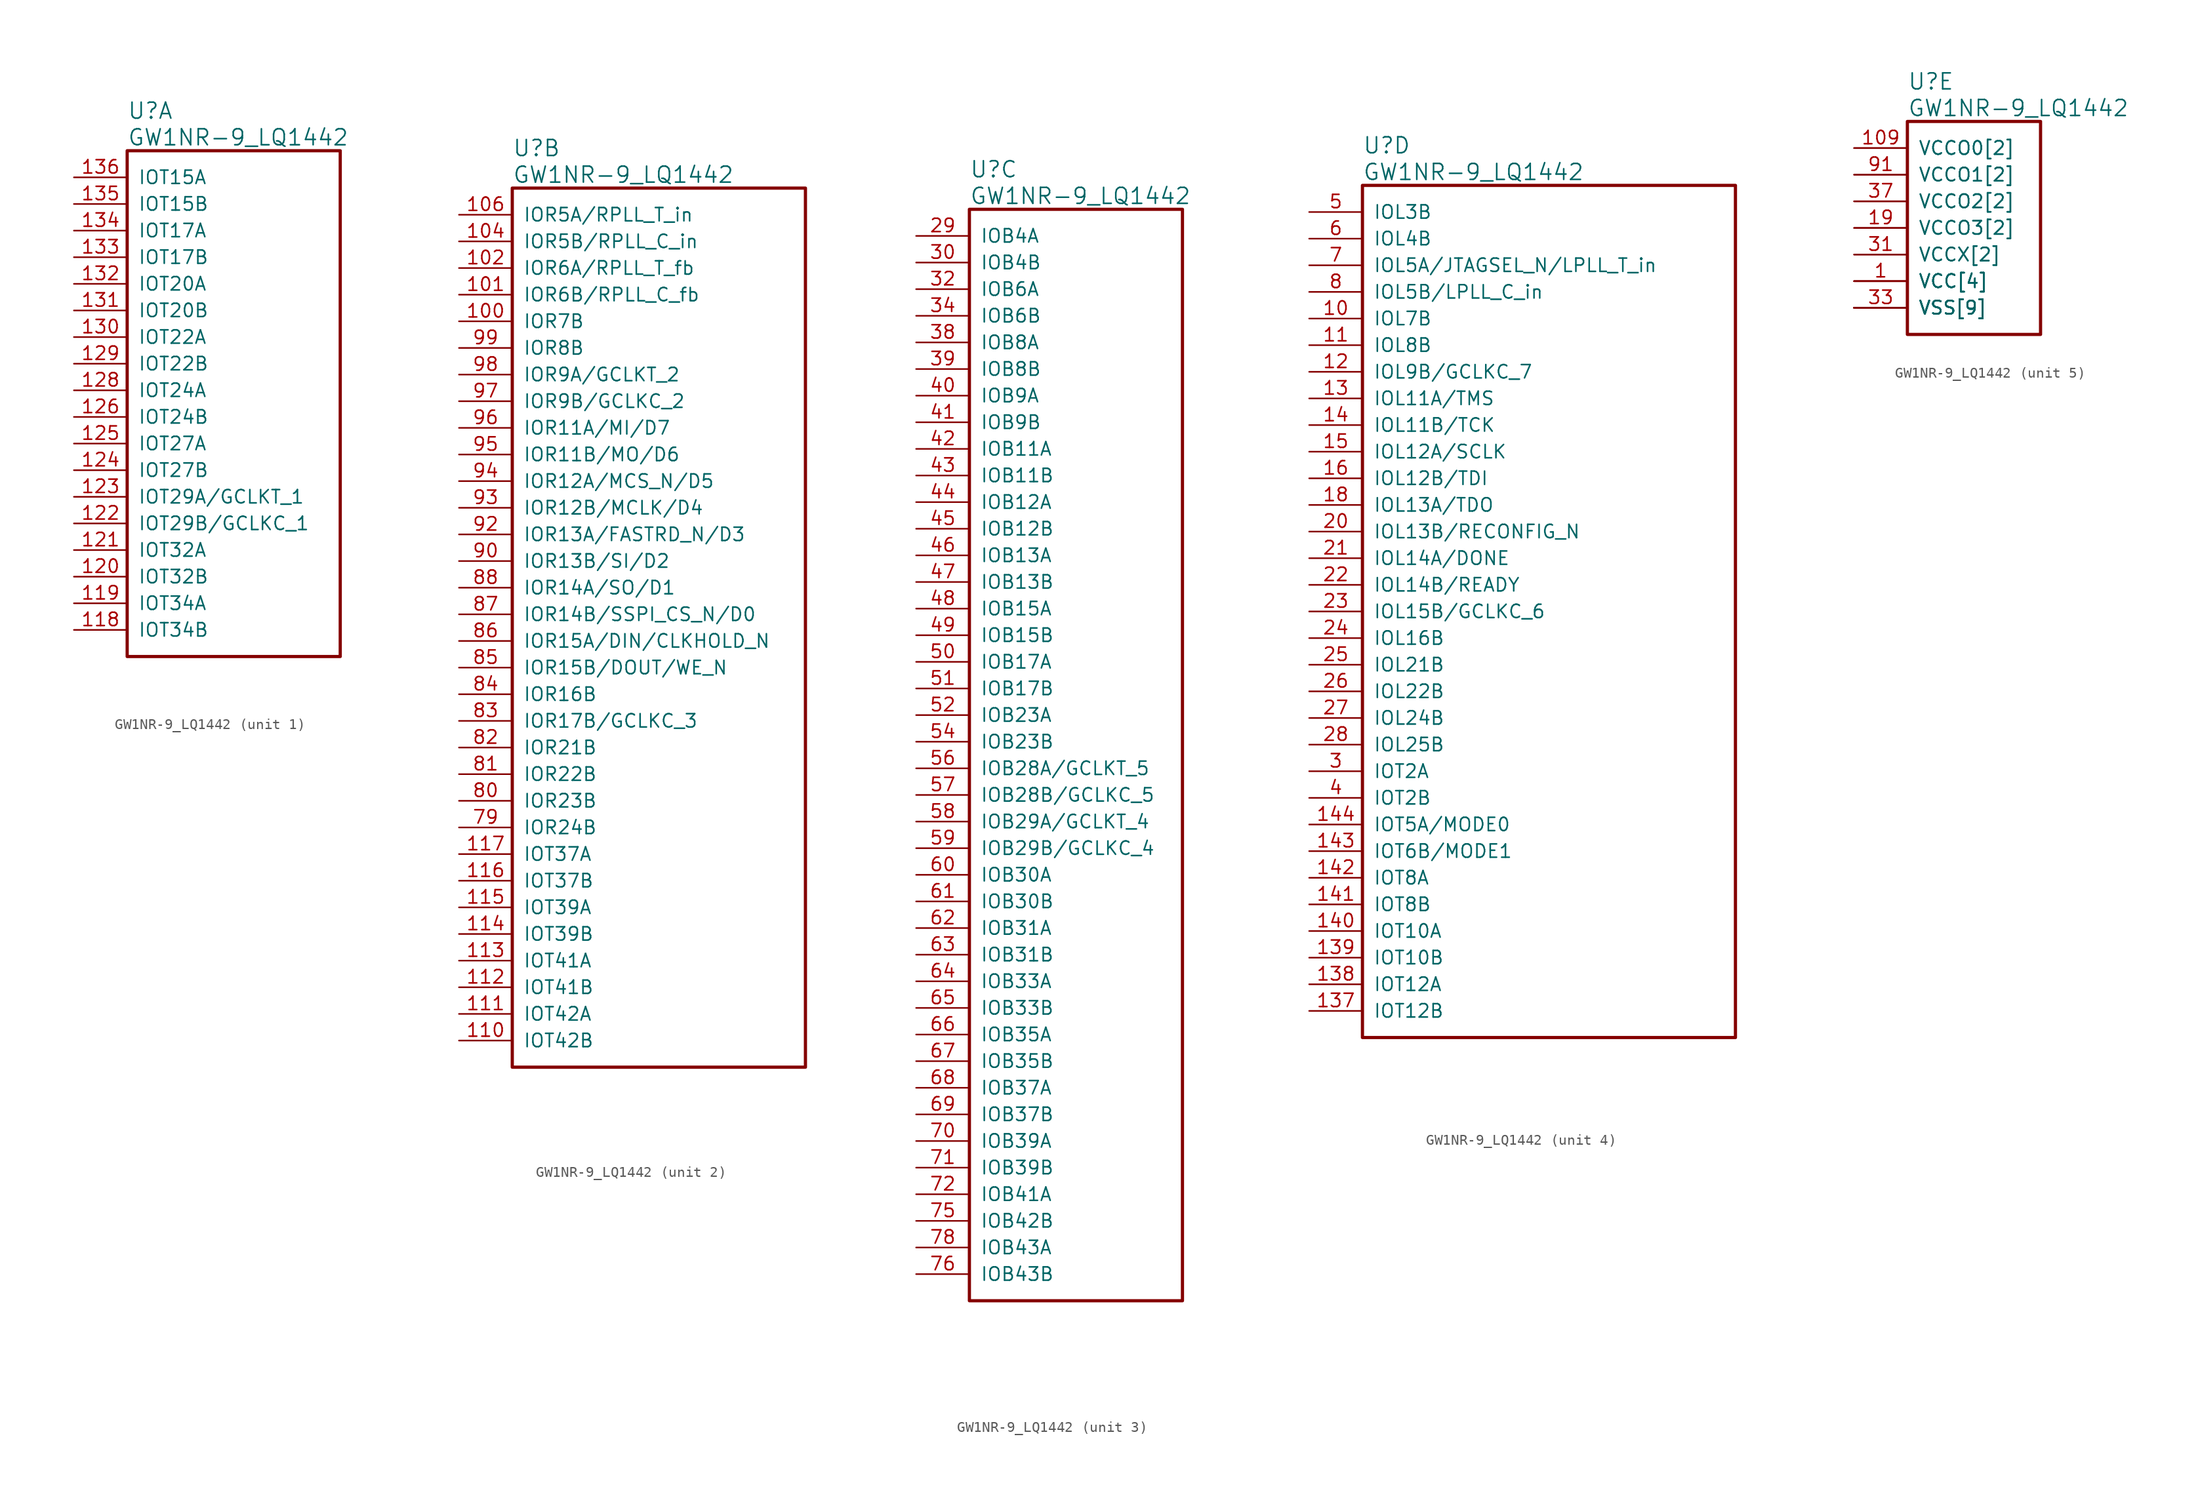
<source format=kicad_sym>
(kicad_symbol_lib
  (version 20220914)
  (generator kicad_symbol_editor)
  (symbol "GW1NR-9_LQ1442"
    (pin_names
      (offset 1.016))
    (property "Reference" "U"
      (at 5.08 6.35 0)
      (effects (font (size 1.524 1.524)) (justify left)))
    (property "Value" "GW1NR-9_LQ1442"
      (at 5.08 3.81 0)
      (effects (font (size 1.524 1.524)) (justify left)))
    (property "ki_locked" ""
      (at 0 0 0)
      (effects (font (size 1.27 1.27))))
    (symbol "GW1NR-9_LQ1442_1_1"
      (rectangle (start 5.08 2.54) (end 25.4 -45.72) (stroke (width 0.305) (type solid)) (fill (type none)))
      (pin bidirectional line (at 0 -43.18 0) (length 5.08) (name "IOT34B" (effects (font (size 1.27 1.27)))) (number "118" (effects (font (size 1.27 1.27)))))
      (pin bidirectional line (at 0 -40.64 0) (length 5.08) (name "IOT34A" (effects (font (size 1.27 1.27)))) (number "119" (effects (font (size 1.27 1.27)))))
      (pin bidirectional line (at 0 -38.1 0) (length 5.08) (name "IOT32B" (effects (font (size 1.27 1.27)))) (number "120" (effects (font (size 1.27 1.27)))))
      (pin bidirectional line (at 0 -35.56 0) (length 5.08) (name "IOT32A" (effects (font (size 1.27 1.27)))) (number "121" (effects (font (size 1.27 1.27)))))
      (pin bidirectional line (at 0 -33.02 0) (length 5.08) (name "IOT29B/GCLKC_1" (effects (font (size 1.27 1.27)))) (number "122" (effects (font (size 1.27 1.27)))))
      (pin bidirectional line (at 0 -30.48 0) (length 5.08) (name "IOT29A/GCLKT_1" (effects (font (size 1.27 1.27)))) (number "123" (effects (font (size 1.27 1.27)))))
      (pin bidirectional line (at 0 -27.94 0) (length 5.08) (name "IOT27B" (effects (font (size 1.27 1.27)))) (number "124" (effects (font (size 1.27 1.27)))))
      (pin bidirectional line (at 0 -25.4 0) (length 5.08) (name "IOT27A" (effects (font (size 1.27 1.27)))) (number "125" (effects (font (size 1.27 1.27)))))
      (pin bidirectional line (at 0 -22.86 0) (length 5.08) (name "IOT24B" (effects (font (size 1.27 1.27)))) (number "126" (effects (font (size 1.27 1.27)))))
      (pin bidirectional line (at 0 -20.32 0) (length 5.08) (name "IOT24A" (effects (font (size 1.27 1.27)))) (number "128" (effects (font (size 1.27 1.27)))))
      (pin bidirectional line (at 0 -17.78 0) (length 5.08) (name "IOT22B" (effects (font (size 1.27 1.27)))) (number "129" (effects (font (size 1.27 1.27)))))
      (pin bidirectional line (at 0 -15.24 0) (length 5.08) (name "IOT22A" (effects (font (size 1.27 1.27)))) (number "130" (effects (font (size 1.27 1.27)))))
      (pin bidirectional line (at 0 -12.7 0) (length 5.08) (name "IOT20B" (effects (font (size 1.27 1.27)))) (number "131" (effects (font (size 1.27 1.27)))))
      (pin bidirectional line (at 0 -10.16 0) (length 5.08) (name "IOT20A" (effects (font (size 1.27 1.27)))) (number "132" (effects (font (size 1.27 1.27)))))
      (pin bidirectional line (at 0 -7.62 0) (length 5.08) (name "IOT17B" (effects (font (size 1.27 1.27)))) (number "133" (effects (font (size 1.27 1.27)))))
      (pin bidirectional line (at 0 -5.08 0) (length 5.08) (name "IOT17A" (effects (font (size 1.27 1.27)))) (number "134" (effects (font (size 1.27 1.27)))))
      (pin bidirectional line (at 0 -2.54 0) (length 5.08) (name "IOT15B" (effects (font (size 1.27 1.27)))) (number "135" (effects (font (size 1.27 1.27)))))
      (pin bidirectional line (at 0 0 0) (length 5.08) (name "IOT15A" (effects (font (size 1.27 1.27)))) (number "136" (effects (font (size 1.27 1.27))))))
    (symbol "GW1NR-9_LQ1442_2_1"
      (rectangle (start 5.08 2.54) (end 33.02 -81.28) (stroke (width 0.305) (type solid)) (fill (type none)))
      (pin bidirectional line (at 0 -10.16 0) (length 5.08) (name "IOR7B" (effects (font (size 1.27 1.27)))) (number "100" (effects (font (size 1.27 1.27)))))
      (pin bidirectional line (at 0 -7.62 0) (length 5.08) (name "IOR6B/RPLL_C_fb" (effects (font (size 1.27 1.27)))) (number "101" (effects (font (size 1.27 1.27)))))
      (pin bidirectional line (at 0 -5.08 0) (length 5.08) (name "IOR6A/RPLL_T_fb" (effects (font (size 1.27 1.27)))) (number "102" (effects (font (size 1.27 1.27)))))
      (pin bidirectional line (at 0 -2.54 0) (length 5.08) (name "IOR5B/RPLL_C_in" (effects (font (size 1.27 1.27)))) (number "104" (effects (font (size 1.27 1.27)))))
      (pin bidirectional line (at 0 0 0) (length 5.08) (name "IOR5A/RPLL_T_in" (effects (font (size 1.27 1.27)))) (number "106" (effects (font (size 1.27 1.27)))))
      (pin bidirectional line (at 0 -78.74 0) (length 5.08) (name "IOT42B" (effects (font (size 1.27 1.27)))) (number "110" (effects (font (size 1.27 1.27)))))
      (pin bidirectional line (at 0 -76.2 0) (length 5.08) (name "IOT42A" (effects (font (size 1.27 1.27)))) (number "111" (effects (font (size 1.27 1.27)))))
      (pin bidirectional line (at 0 -73.66 0) (length 5.08) (name "IOT41B" (effects (font (size 1.27 1.27)))) (number "112" (effects (font (size 1.27 1.27)))))
      (pin bidirectional line (at 0 -71.12 0) (length 5.08) (name "IOT41A" (effects (font (size 1.27 1.27)))) (number "113" (effects (font (size 1.27 1.27)))))
      (pin bidirectional line (at 0 -68.58 0) (length 5.08) (name "IOT39B" (effects (font (size 1.27 1.27)))) (number "114" (effects (font (size 1.27 1.27)))))
      (pin bidirectional line (at 0 -66.04 0) (length 5.08) (name "IOT39A" (effects (font (size 1.27 1.27)))) (number "115" (effects (font (size 1.27 1.27)))))
      (pin bidirectional line (at 0 -63.5 0) (length 5.08) (name "IOT37B" (effects (font (size 1.27 1.27)))) (number "116" (effects (font (size 1.27 1.27)))))
      (pin bidirectional line (at 0 -60.96 0) (length 5.08) (name "IOT37A" (effects (font (size 1.27 1.27)))) (number "117" (effects (font (size 1.27 1.27)))))
      (pin bidirectional line (at 0 -58.42 0) (length 5.08) (name "IOR24B" (effects (font (size 1.27 1.27)))) (number "79" (effects (font (size 1.27 1.27)))))
      (pin bidirectional line (at 0 -55.88 0) (length 5.08) (name "IOR23B" (effects (font (size 1.27 1.27)))) (number "80" (effects (font (size 1.27 1.27)))))
      (pin bidirectional line (at 0 -53.34 0) (length 5.08) (name "IOR22B" (effects (font (size 1.27 1.27)))) (number "81" (effects (font (size 1.27 1.27)))))
      (pin bidirectional line (at 0 -50.8 0) (length 5.08) (name "IOR21B" (effects (font (size 1.27 1.27)))) (number "82" (effects (font (size 1.27 1.27)))))
      (pin bidirectional line (at 0 -48.26 0) (length 5.08) (name "IOR17B/GCLKC_3" (effects (font (size 1.27 1.27)))) (number "83" (effects (font (size 1.27 1.27)))))
      (pin bidirectional line (at 0 -45.72 0) (length 5.08) (name "IOR16B" (effects (font (size 1.27 1.27)))) (number "84" (effects (font (size 1.27 1.27)))))
      (pin bidirectional line (at 0 -43.18 0) (length 5.08) (name "IOR15B/DOUT/WE_N" (effects (font (size 1.27 1.27)))) (number "85" (effects (font (size 1.27 1.27)))))
      (pin bidirectional line (at 0 -40.64 0) (length 5.08) (name "IOR15A/DIN/CLKHOLD_N" (effects (font (size 1.27 1.27)))) (number "86" (effects (font (size 1.27 1.27)))))
      (pin bidirectional line (at 0 -38.1 0) (length 5.08) (name "IOR14B/SSPI_CS_N/D0" (effects (font (size 1.27 1.27)))) (number "87" (effects (font (size 1.27 1.27)))))
      (pin bidirectional line (at 0 -35.56 0) (length 5.08) (name "IOR14A/SO/D1" (effects (font (size 1.27 1.27)))) (number "88" (effects (font (size 1.27 1.27)))))
      (pin bidirectional line (at 0 -33.02 0) (length 5.08) (name "IOR13B/SI/D2" (effects (font (size 1.27 1.27)))) (number "90" (effects (font (size 1.27 1.27)))))
      (pin bidirectional line (at 0 -30.48 0) (length 5.08) (name "IOR13A/FASTRD_N/D3" (effects (font (size 1.27 1.27)))) (number "92" (effects (font (size 1.27 1.27)))))
      (pin bidirectional line (at 0 -27.94 0) (length 5.08) (name "IOR12B/MCLK/D4" (effects (font (size 1.27 1.27)))) (number "93" (effects (font (size 1.27 1.27)))))
      (pin bidirectional line (at 0 -25.4 0) (length 5.08) (name "IOR12A/MCS_N/D5" (effects (font (size 1.27 1.27)))) (number "94" (effects (font (size 1.27 1.27)))))
      (pin bidirectional line (at 0 -22.86 0) (length 5.08) (name "IOR11B/MO/D6" (effects (font (size 1.27 1.27)))) (number "95" (effects (font (size 1.27 1.27)))))
      (pin bidirectional line (at 0 -20.32 0) (length 5.08) (name "IOR11A/MI/D7" (effects (font (size 1.27 1.27)))) (number "96" (effects (font (size 1.27 1.27)))))
      (pin bidirectional line (at 0 -17.78 0) (length 5.08) (name "IOR9B/GCLKC_2" (effects (font (size 1.27 1.27)))) (number "97" (effects (font (size 1.27 1.27)))))
      (pin bidirectional line (at 0 -15.24 0) (length 5.08) (name "IOR9A/GCLKT_2" (effects (font (size 1.27 1.27)))) (number "98" (effects (font (size 1.27 1.27)))))
      (pin bidirectional line (at 0 -12.7 0) (length 5.08) (name "IOR8B" (effects (font (size 1.27 1.27)))) (number "99" (effects (font (size 1.27 1.27))))))
    (symbol "GW1NR-9_LQ1442_3_1"
      (rectangle (start 5.08 2.54) (end 25.4 -101.6) (stroke (width 0.305) (type solid)) (fill (type none)))
      (pin bidirectional line (at 0 0 0) (length 5.08) (name "IOB4A" (effects (font (size 1.27 1.27)))) (number "29" (effects (font (size 1.27 1.27)))))
      (pin bidirectional line (at 0 -2.54 0) (length 5.08) (name "IOB4B" (effects (font (size 1.27 1.27)))) (number "30" (effects (font (size 1.27 1.27)))))
      (pin bidirectional line (at 0 -5.08 0) (length 5.08) (name "IOB6A" (effects (font (size 1.27 1.27)))) (number "32" (effects (font (size 1.27 1.27)))))
      (pin bidirectional line (at 0 -7.62 0) (length 5.08) (name "IOB6B" (effects (font (size 1.27 1.27)))) (number "34" (effects (font (size 1.27 1.27)))))
      (pin bidirectional line (at 0 -10.16 0) (length 5.08) (name "IOB8A" (effects (font (size 1.27 1.27)))) (number "38" (effects (font (size 1.27 1.27)))))
      (pin bidirectional line (at 0 -12.7 0) (length 5.08) (name "IOB8B" (effects (font (size 1.27 1.27)))) (number "39" (effects (font (size 1.27 1.27)))))
      (pin bidirectional line (at 0 -15.24 0) (length 5.08) (name "IOB9A" (effects (font (size 1.27 1.27)))) (number "40" (effects (font (size 1.27 1.27)))))
      (pin bidirectional line (at 0 -17.78 0) (length 5.08) (name "IOB9B" (effects (font (size 1.27 1.27)))) (number "41" (effects (font (size 1.27 1.27)))))
      (pin bidirectional line (at 0 -20.32 0) (length 5.08) (name "IOB11A" (effects (font (size 1.27 1.27)))) (number "42" (effects (font (size 1.27 1.27)))))
      (pin bidirectional line (at 0 -22.86 0) (length 5.08) (name "IOB11B" (effects (font (size 1.27 1.27)))) (number "43" (effects (font (size 1.27 1.27)))))
      (pin bidirectional line (at 0 -25.4 0) (length 5.08) (name "IOB12A" (effects (font (size 1.27 1.27)))) (number "44" (effects (font (size 1.27 1.27)))))
      (pin bidirectional line (at 0 -27.94 0) (length 5.08) (name "IOB12B" (effects (font (size 1.27 1.27)))) (number "45" (effects (font (size 1.27 1.27)))))
      (pin bidirectional line (at 0 -30.48 0) (length 5.08) (name "IOB13A" (effects (font (size 1.27 1.27)))) (number "46" (effects (font (size 1.27 1.27)))))
      (pin bidirectional line (at 0 -33.02 0) (length 5.08) (name "IOB13B" (effects (font (size 1.27 1.27)))) (number "47" (effects (font (size 1.27 1.27)))))
      (pin bidirectional line (at 0 -35.56 0) (length 5.08) (name "IOB15A" (effects (font (size 1.27 1.27)))) (number "48" (effects (font (size 1.27 1.27)))))
      (pin bidirectional line (at 0 -38.1 0) (length 5.08) (name "IOB15B" (effects (font (size 1.27 1.27)))) (number "49" (effects (font (size 1.27 1.27)))))
      (pin bidirectional line (at 0 -40.64 0) (length 5.08) (name "IOB17A" (effects (font (size 1.27 1.27)))) (number "50" (effects (font (size 1.27 1.27)))))
      (pin bidirectional line (at 0 -43.18 0) (length 5.08) (name "IOB17B" (effects (font (size 1.27 1.27)))) (number "51" (effects (font (size 1.27 1.27)))))
      (pin bidirectional line (at 0 -45.72 0) (length 5.08) (name "IOB23A" (effects (font (size 1.27 1.27)))) (number "52" (effects (font (size 1.27 1.27)))))
      (pin bidirectional line (at 0 -48.26 0) (length 5.08) (name "IOB23B" (effects (font (size 1.27 1.27)))) (number "54" (effects (font (size 1.27 1.27)))))
      (pin bidirectional line (at 0 -50.8 0) (length 5.08) (name "IOB28A/GCLKT_5" (effects (font (size 1.27 1.27)))) (number "56" (effects (font (size 1.27 1.27)))))
      (pin bidirectional line (at 0 -53.34 0) (length 5.08) (name "IOB28B/GCLKC_5" (effects (font (size 1.27 1.27)))) (number "57" (effects (font (size 1.27 1.27)))))
      (pin bidirectional line (at 0 -55.88 0) (length 5.08) (name "IOB29A/GCLKT_4" (effects (font (size 1.27 1.27)))) (number "58" (effects (font (size 1.27 1.27)))))
      (pin bidirectional line (at 0 -58.42 0) (length 5.08) (name "IOB29B/GCLKC_4" (effects (font (size 1.27 1.27)))) (number "59" (effects (font (size 1.27 1.27)))))
      (pin bidirectional line (at 0 -60.96 0) (length 5.08) (name "IOB30A" (effects (font (size 1.27 1.27)))) (number "60" (effects (font (size 1.27 1.27)))))
      (pin bidirectional line (at 0 -63.5 0) (length 5.08) (name "IOB30B" (effects (font (size 1.27 1.27)))) (number "61" (effects (font (size 1.27 1.27)))))
      (pin bidirectional line (at 0 -66.04 0) (length 5.08) (name "IOB31A" (effects (font (size 1.27 1.27)))) (number "62" (effects (font (size 1.27 1.27)))))
      (pin bidirectional line (at 0 -68.58 0) (length 5.08) (name "IOB31B" (effects (font (size 1.27 1.27)))) (number "63" (effects (font (size 1.27 1.27)))))
      (pin bidirectional line (at 0 -71.12 0) (length 5.08) (name "IOB33A" (effects (font (size 1.27 1.27)))) (number "64" (effects (font (size 1.27 1.27)))))
      (pin bidirectional line (at 0 -73.66 0) (length 5.08) (name "IOB33B" (effects (font (size 1.27 1.27)))) (number "65" (effects (font (size 1.27 1.27)))))
      (pin bidirectional line (at 0 -76.2 0) (length 5.08) (name "IOB35A" (effects (font (size 1.27 1.27)))) (number "66" (effects (font (size 1.27 1.27)))))
      (pin bidirectional line (at 0 -78.74 0) (length 5.08) (name "IOB35B" (effects (font (size 1.27 1.27)))) (number "67" (effects (font (size 1.27 1.27)))))
      (pin bidirectional line (at 0 -81.28 0) (length 5.08) (name "IOB37A" (effects (font (size 1.27 1.27)))) (number "68" (effects (font (size 1.27 1.27)))))
      (pin bidirectional line (at 0 -83.82 0) (length 5.08) (name "IOB37B" (effects (font (size 1.27 1.27)))) (number "69" (effects (font (size 1.27 1.27)))))
      (pin bidirectional line (at 0 -86.36 0) (length 5.08) (name "IOB39A" (effects (font (size 1.27 1.27)))) (number "70" (effects (font (size 1.27 1.27)))))
      (pin bidirectional line (at 0 -88.9 0) (length 5.08) (name "IOB39B" (effects (font (size 1.27 1.27)))) (number "71" (effects (font (size 1.27 1.27)))))
      (pin bidirectional line (at 0 -91.44 0) (length 5.08) (name "IOB41A" (effects (font (size 1.27 1.27)))) (number "72" (effects (font (size 1.27 1.27)))))
      (pin bidirectional line (at 0 -93.98 0) (length 5.08) (name "IOB42B" (effects (font (size 1.27 1.27)))) (number "75" (effects (font (size 1.27 1.27)))))
      (pin bidirectional line (at 0 -99.06 0) (length 5.08) (name "IOB43B" (effects (font (size 1.27 1.27)))) (number "76" (effects (font (size 1.27 1.27)))))
      (pin bidirectional line (at 0 -96.52 0) (length 5.08) (name "IOB43A" (effects (font (size 1.27 1.27)))) (number "78" (effects (font (size 1.27 1.27))))))
    (symbol "GW1NR-9_LQ1442_4_1"
      (rectangle (start 5.08 2.54) (end 40.64 -78.74) (stroke (width 0.305) (type solid)) (fill (type none)))
      (pin bidirectional line (at 0 -10.16 0) (length 5.08) (name "IOL7B" (effects (font (size 1.27 1.27)))) (number "10" (effects (font (size 1.27 1.27)))))
      (pin bidirectional line (at 0 -12.7 0) (length 5.08) (name "IOL8B" (effects (font (size 1.27 1.27)))) (number "11" (effects (font (size 1.27 1.27)))))
      (pin bidirectional line (at 0 -15.24 0) (length 5.08) (name "IOL9B/GCLKC_7" (effects (font (size 1.27 1.27)))) (number "12" (effects (font (size 1.27 1.27)))))
      (pin bidirectional line (at 0 -17.78 0) (length 5.08) (name "IOL11A/TMS" (effects (font (size 1.27 1.27)))) (number "13" (effects (font (size 1.27 1.27)))))
      (pin bidirectional line (at 0 -76.2 0) (length 5.08) (name "IOT12B" (effects (font (size 1.27 1.27)))) (number "137" (effects (font (size 1.27 1.27)))))
      (pin bidirectional line (at 0 -73.66 0) (length 5.08) (name "IOT12A" (effects (font (size 1.27 1.27)))) (number "138" (effects (font (size 1.27 1.27)))))
      (pin bidirectional line (at 0 -71.12 0) (length 5.08) (name "IOT10B" (effects (font (size 1.27 1.27)))) (number "139" (effects (font (size 1.27 1.27)))))
      (pin bidirectional line (at 0 -20.32 0) (length 5.08) (name "IOL11B/TCK" (effects (font (size 1.27 1.27)))) (number "14" (effects (font (size 1.27 1.27)))))
      (pin bidirectional line (at 0 -68.58 0) (length 5.08) (name "IOT10A" (effects (font (size 1.27 1.27)))) (number "140" (effects (font (size 1.27 1.27)))))
      (pin bidirectional line (at 0 -66.04 0) (length 5.08) (name "IOT8B" (effects (font (size 1.27 1.27)))) (number "141" (effects (font (size 1.27 1.27)))))
      (pin bidirectional line (at 0 -63.5 0) (length 5.08) (name "IOT8A" (effects (font (size 1.27 1.27)))) (number "142" (effects (font (size 1.27 1.27)))))
      (pin bidirectional line (at 0 -60.96 0) (length 5.08) (name "IOT6B/MODE1" (effects (font (size 1.27 1.27)))) (number "143" (effects (font (size 1.27 1.27)))))
      (pin bidirectional line (at 0 -58.42 0) (length 5.08) (name "IOT5A/MODE0" (effects (font (size 1.27 1.27)))) (number "144" (effects (font (size 1.27 1.27)))))
      (pin bidirectional line (at 0 -22.86 0) (length 5.08) (name "IOL12A/SCLK" (effects (font (size 1.27 1.27)))) (number "15" (effects (font (size 1.27 1.27)))))
      (pin bidirectional line (at 0 -25.4 0) (length 5.08) (name "IOL12B/TDI" (effects (font (size 1.27 1.27)))) (number "16" (effects (font (size 1.27 1.27)))))
      (pin bidirectional line (at 0 -27.94 0) (length 5.08) (name "IOL13A/TDO" (effects (font (size 1.27 1.27)))) (number "18" (effects (font (size 1.27 1.27)))))
      (pin bidirectional line (at 0 -30.48 0) (length 5.08) (name "IOL13B/RECONFIG_N" (effects (font (size 1.27 1.27)))) (number "20" (effects (font (size 1.27 1.27)))))
      (pin bidirectional line (at 0 -33.02 0) (length 5.08) (name "IOL14A/DONE" (effects (font (size 1.27 1.27)))) (number "21" (effects (font (size 1.27 1.27)))))
      (pin bidirectional line (at 0 -35.56 0) (length 5.08) (name "IOL14B/READY" (effects (font (size 1.27 1.27)))) (number "22" (effects (font (size 1.27 1.27)))))
      (pin bidirectional line (at 0 -38.1 0) (length 5.08) (name "IOL15B/GCLKC_6" (effects (font (size 1.27 1.27)))) (number "23" (effects (font (size 1.27 1.27)))))
      (pin bidirectional line (at 0 -40.64 0) (length 5.08) (name "IOL16B" (effects (font (size 1.27 1.27)))) (number "24" (effects (font (size 1.27 1.27)))))
      (pin bidirectional line (at 0 -43.18 0) (length 5.08) (name "IOL21B" (effects (font (size 1.27 1.27)))) (number "25" (effects (font (size 1.27 1.27)))))
      (pin bidirectional line (at 0 -45.72 0) (length 5.08) (name "IOL22B" (effects (font (size 1.27 1.27)))) (number "26" (effects (font (size 1.27 1.27)))))
      (pin bidirectional line (at 0 -48.26 0) (length 5.08) (name "IOL24B" (effects (font (size 1.27 1.27)))) (number "27" (effects (font (size 1.27 1.27)))))
      (pin bidirectional line (at 0 -50.8 0) (length 5.08) (name "IOL25B" (effects (font (size 1.27 1.27)))) (number "28" (effects (font (size 1.27 1.27)))))
      (pin bidirectional line (at 0 -53.34 0) (length 5.08) (name "IOT2A" (effects (font (size 1.27 1.27)))) (number "3" (effects (font (size 1.27 1.27)))))
      (pin bidirectional line (at 0 -55.88 0) (length 5.08) (name "IOT2B" (effects (font (size 1.27 1.27)))) (number "4" (effects (font (size 1.27 1.27)))))
      (pin bidirectional line (at 0 0 0) (length 5.08) (name "IOL3B" (effects (font (size 1.27 1.27)))) (number "5" (effects (font (size 1.27 1.27)))))
      (pin bidirectional line (at 0 -2.54 0) (length 5.08) (name "IOL4B" (effects (font (size 1.27 1.27)))) (number "6" (effects (font (size 1.27 1.27)))))
      (pin bidirectional line (at 0 -5.08 0) (length 5.08) (name "IOL5A/JTAGSEL_N/LPLL_T_in" (effects (font (size 1.27 1.27)))) (number "7" (effects (font (size 1.27 1.27)))))
      (pin bidirectional line (at 0 -7.62 0) (length 5.08) (name "IOL5B/LPLL_C_in" (effects (font (size 1.27 1.27)))) (number "8" (effects (font (size 1.27 1.27))))))
    (symbol "GW1NR-9_LQ1442_5_1"
      (rectangle (start 5.08 2.54) (end 17.78 -17.78) (stroke (width 0.305) (type solid)) (fill (type none)))
      (pin power_in line (at 0 -12.7 0) (length 5.08) (name "VCC[4]" (effects (font (size 1.27 1.27)))) (number "1" (effects (font (size 1.27 1.27)))))
      (pin power_in line (at 0 -2.54 0) (length 5.08) (name "VCCO1[2]" (effects (font (size 1.27 1.27)))) (number "103" (effects (font (size 0 0)))))
      (pin power_in line (at 0 -15.24 0) (length 5.08) (name "VSS[9]" (effects (font (size 1.27 1.27)))) (number "105" (effects (font (size 0 0)))))
      (pin power_in line (at 0 -15.24 0) (length 5.08) (name "VSS[9]" (effects (font (size 1.27 1.27)))) (number "107" (effects (font (size 0 0)))))
      (pin power_in line (at 0 -12.7 0) (length 5.08) (name "VCC[4]" (effects (font (size 1.27 1.27)))) (number "108" (effects (font (size 0 0)))))
      (pin power_in line (at 0 0 0) (length 5.08) (name "VCCO0[2]" (effects (font (size 1.27 1.27)))) (number "109" (effects (font (size 1.27 1.27)))))
      (pin power_in line (at 0 0 0) (length 5.08) (name "VCCO0[2]" (effects (font (size 1.27 1.27)))) (number "127" (effects (font (size 0 0)))))
      (pin power_in line (at 0 -15.24 0) (length 5.08) (name "VSS[9]" (effects (font (size 1.27 1.27)))) (number "17" (effects (font (size 0 0)))))
      (pin power_in line (at 0 -7.62 0) (length 5.08) (name "VCCO3[2]" (effects (font (size 1.27 1.27)))) (number "19" (effects (font (size 1.27 1.27)))))
      (pin power_in line (at 0 -15.24 0) (length 5.08) (name "VSS[9]" (effects (font (size 1.27 1.27)))) (number "2" (effects (font (size 0 0)))))
      (pin power_in line (at 0 -10.16 0) (length 5.08) (name "VCCX[2]" (effects (font (size 1.27 1.27)))) (number "31" (effects (font (size 1.27 1.27)))))
      (pin power_in line (at 0 -15.24 0) (length 5.08) (name "VSS[9]" (effects (font (size 1.27 1.27)))) (number "33" (effects (font (size 1.27 1.27)))))
      (pin power_in line (at 0 -15.24 0) (length 5.08) (name "VSS[9]" (effects (font (size 1.27 1.27)))) (number "35" (effects (font (size 0 0)))))
      (pin power_in line (at 0 -12.7 0) (length 5.08) (name "VCC[4]" (effects (font (size 1.27 1.27)))) (number "36" (effects (font (size 0 0)))))
      (pin power_in line (at 0 -5.08 0) (length 5.08) (name "VCCO2[2]" (effects (font (size 1.27 1.27)))) (number "37" (effects (font (size 1.27 1.27)))))
      (pin power_in line (at 0 -15.24 0) (length 5.08) (name "VSS[9]" (effects (font (size 1.27 1.27)))) (number "53" (effects (font (size 0 0)))))
      (pin power_in line (at 0 -5.08 0) (length 5.08) (name "VCCO2[2]" (effects (font (size 1.27 1.27)))) (number "55" (effects (font (size 0 0)))))
      (pin power_in line (at 0 -12.7 0) (length 5.08) (name "VCC[4]" (effects (font (size 1.27 1.27)))) (number "73" (effects (font (size 0 0)))))
      (pin power_in line (at 0 -15.24 0) (length 5.08) (name "VSS[9]" (effects (font (size 1.27 1.27)))) (number "74" (effects (font (size 0 0)))))
      (pin power_in line (at 0 -10.16 0) (length 5.08) (name "VCCX[2]" (effects (font (size 1.27 1.27)))) (number "77" (effects (font (size 0 0)))))
      (pin power_in line (at 0 -15.24 0) (length 5.08) (name "VSS[9]" (effects (font (size 1.27 1.27)))) (number "89" (effects (font (size 0 0)))))
      (pin power_in line (at 0 -7.62 0) (length 5.08) (name "VCCO3[2]" (effects (font (size 1.27 1.27)))) (number "9" (effects (font (size 0 0)))))
      (pin power_in line (at 0 -2.54 0) (length 5.08) (name "VCCO1[2]" (effects (font (size 1.27 1.27)))) (number "91" (effects (font (size 1.27 1.27))))))))
</source>
